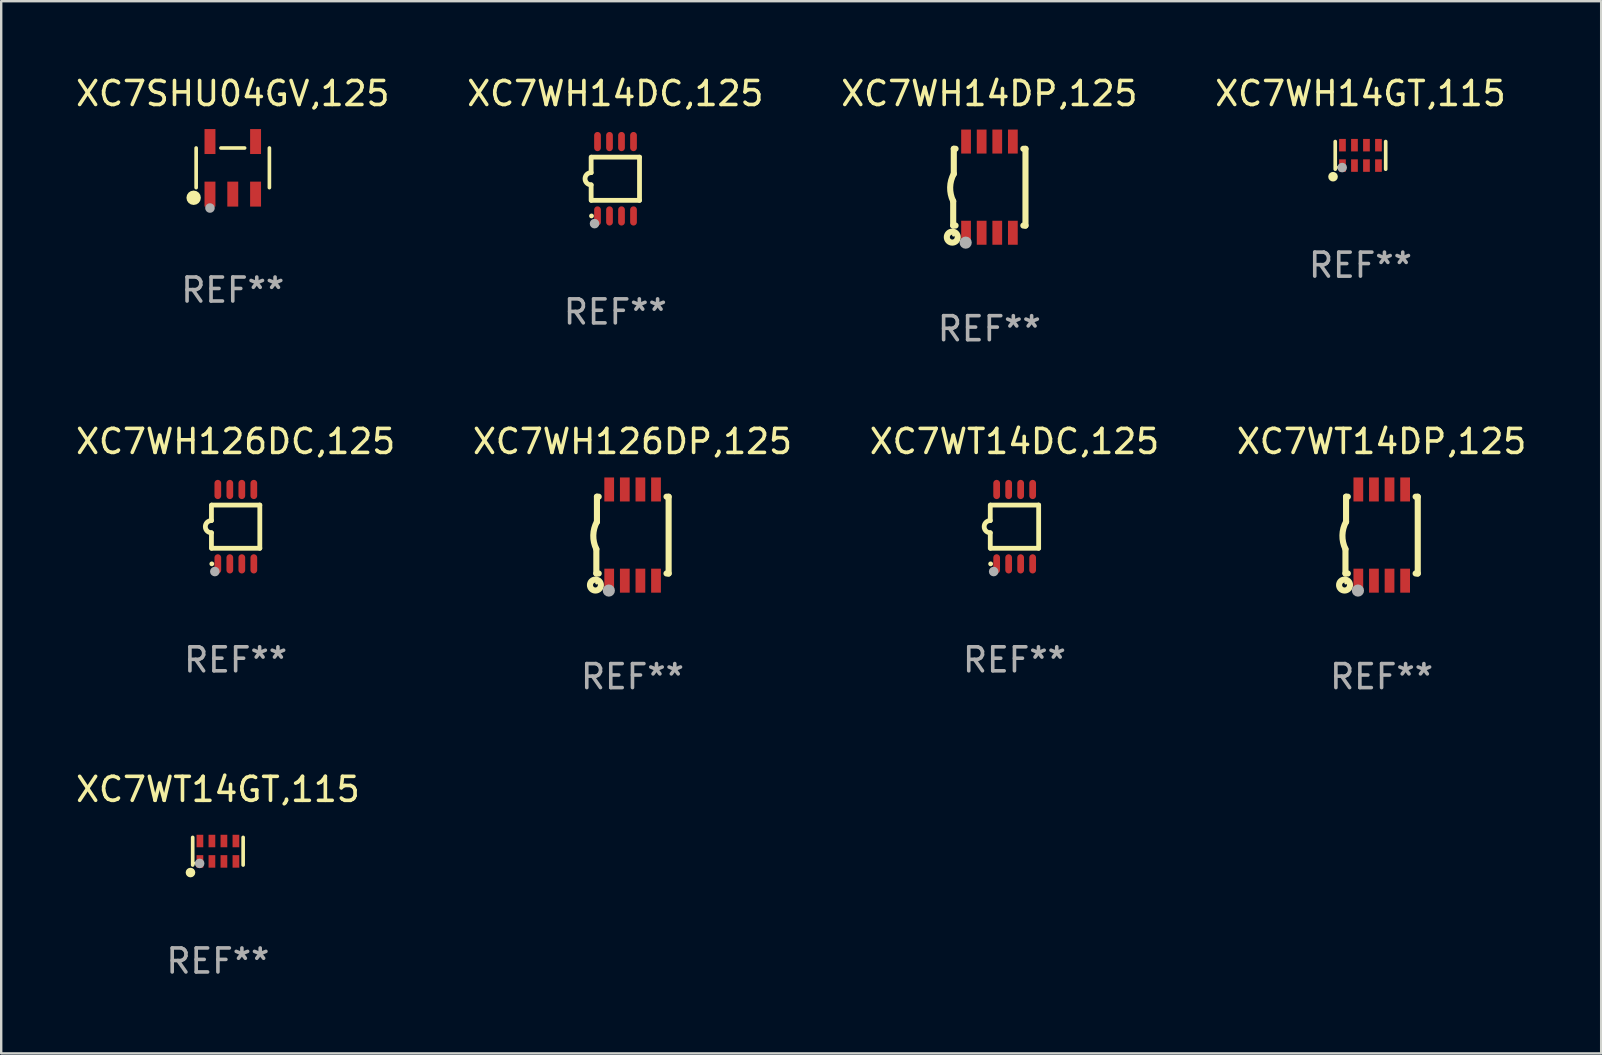
<source format=kicad_pcb>
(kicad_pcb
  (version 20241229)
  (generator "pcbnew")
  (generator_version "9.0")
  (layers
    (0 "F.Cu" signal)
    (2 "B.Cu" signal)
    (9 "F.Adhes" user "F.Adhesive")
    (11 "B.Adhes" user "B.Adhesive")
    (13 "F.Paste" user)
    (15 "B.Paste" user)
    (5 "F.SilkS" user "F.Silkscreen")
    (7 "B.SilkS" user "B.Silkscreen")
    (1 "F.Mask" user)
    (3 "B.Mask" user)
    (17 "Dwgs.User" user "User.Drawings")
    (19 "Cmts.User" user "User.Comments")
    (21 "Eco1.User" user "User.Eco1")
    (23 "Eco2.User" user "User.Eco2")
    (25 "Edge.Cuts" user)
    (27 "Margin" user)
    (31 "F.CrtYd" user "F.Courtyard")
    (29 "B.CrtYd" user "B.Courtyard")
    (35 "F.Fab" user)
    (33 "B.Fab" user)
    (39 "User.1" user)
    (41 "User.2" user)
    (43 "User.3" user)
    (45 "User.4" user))
  (footprint "XC7WT14DP,125"
    (layer "F.Cu")
    (at 54.518 19.245)
    (property "Reference" "XC7WT14DP,125" (at 0 -3.9 0) (layer "F.SilkS") (effects (font (size 1 1) (thickness 0.15))))
    (attr through_hole)
    (fp_line (start -1.506 1.6) (end -1.506 0.584) (stroke (width 0.254) (type solid)) (layer "F.SilkS"))
    (fp_line (start -1.506 1.6) (end -1.407 1.6) (stroke (width 0.254) (type solid)) (layer "F.SilkS"))
    (fp_line (start -1.481 -1.599) (end -1.481 -0.549) (stroke (width 0.254) (type solid)) (layer "F.SilkS"))
    (fp_line (start -1.481 -1.599) (end -1.407 -1.599) (stroke (width 0.254) (type solid)) (layer "F.SilkS"))
    (fp_line (start 1.417 -1.599) (end 1.506 -1.599) (stroke (width 0.254) (type solid)) (layer "F.SilkS"))
    (fp_line (start 1.417 1.6) (end 1.506 1.6) (stroke (width 0.254) (type solid)) (layer "F.SilkS"))
    (fp_line (start 1.506 1.603) (end 1.506 -1.595) (stroke (width 0.254) (type solid)) (layer "F.SilkS"))
    (fp_arc (start -1.506223 0.584328) (mid -1.632455 0.00974) (end -1.480823 -0.558674) (stroke (width 0.254001) (type solid)) (layer "F.SilkS"))
    (fp_circle (center -1.544 2.083) (end -1.443 2.083) (stroke (width 0.254) (type solid)) (fill no) (layer "F.SilkS"))
    (fp_circle (center -1.495 2) (end -1.465 2) (stroke (width 0.06) (type solid)) (fill no) (layer "F.SilkS"))
    (fp_circle (center -0.986 2.312) (end -0.859 2.312) (stroke (width 0.254) (type solid)) (fill no) (layer "F.Fab"))
    (fp_text user "REF**" (at 0 5.9 0) (layer "F.Fab") (effects (font (size 1 1) (thickness 0.15))))
    (pad "1" smd rect (at -0.97 1.9 90) (size 1 0.406) (layers "F.Cu" "F.Mask" "F.Paste"))
    (pad "2" smd rect (at -0.32 1.9 90) (size 1 0.406) (layers "F.Cu" "F.Mask" "F.Paste"))
    (pad "3" smd rect (at 0.33 1.9 90) (size 1 0.406) (layers "F.Cu" "F.Mask" "F.Paste"))
    (pad "4" smd rect (at 0.98 1.9 90) (size 1 0.406) (layers "F.Cu" "F.Mask" "F.Paste"))
    (pad "5" smd rect (at 0.98 -1.9 90) (size 1 0.406) (layers "F.Cu" "F.Mask" "F.Paste"))
    (pad "6" smd rect (at 0.33 -1.9 90) (size 1 0.406) (layers "F.Cu" "F.Mask" "F.Paste"))
    (pad "7" smd rect (at -0.32 -1.9 90) (size 1 0.406) (layers "F.Cu" "F.Mask" "F.Paste"))
    (pad "8" smd rect (at -0.97 -1.9 90) (size 1 0.406) (layers "F.Cu" "F.Mask" "F.Paste")))
  (footprint "XC7WT14GT,115"
    (layer "F.Cu")
    (at 6.03 32.418)
    (property "Reference" "XC7WT14GT,115" (at 0 -2.576 0) (layer "F.SilkS") (effects (font (size 1 1) (thickness 0.15))))
    (attr through_hole)
    (fp_line (start -1.051 0.576) (end -1.051 -0.576) (stroke (width 0.152) (type solid)) (layer "F.SilkS"))
    (fp_line (start 1.051 -0.576) (end 1.051 0.576) (stroke (width 0.152) (type solid)) (layer "F.SilkS"))
    (fp_circle (center -1.143 0.889) (end -1.043 0.889) (stroke (width 0.2) (type solid)) (fill no) (layer "F.SilkS"))
    (fp_circle (center -0.975 0.5) (end -0.945 0.5) (stroke (width 0.06) (type solid)) (fill no) (layer "F.SilkS"))
    (fp_circle (center -0.762 0.508) (end -0.662 0.508) (stroke (width 0.2) (type solid)) (fill no) (layer "F.Fab"))
    (fp_text user "REF**" (at 0 4.576 0) (layer "F.Fab") (effects (font (size 1 1) (thickness 0.15))))
    (pad "1" smd rect (at -0.75 0.425) (size 0.28 0.521) (layers "F.Cu" "F.Mask" "F.Paste"))
    (pad "2" smd rect (at -0.25 0.425) (size 0.28 0.521) (layers "F.Cu" "F.Mask" "F.Paste"))
    (pad "3" smd rect (at 0.25 0.425) (size 0.28 0.521) (layers "F.Cu" "F.Mask" "F.Paste"))
    (pad "4" smd rect (at 0.75 0.425) (size 0.28 0.521) (layers "F.Cu" "F.Mask" "F.Paste"))
    (pad "5" smd rect (at 0.75 -0.425) (size 0.28 0.521) (layers "F.Cu" "F.Mask" "F.Paste"))
    (pad "6" smd rect (at 0.25 -0.425) (size 0.28 0.521) (layers "F.Cu" "F.Mask" "F.Paste"))
    (pad "7" smd rect (at -0.25 -0.425) (size 0.28 0.521) (layers "F.Cu" "F.Mask" "F.Paste"))
    (pad "8" smd rect (at -0.75 -0.425) (size 0.28 0.521) (layers "F.Cu" "F.Mask" "F.Paste")))
  (footprint "XC7WH126DC,125"
    (layer "F.Cu")
    (at 6.768 18.895)
    (property "Reference" "XC7WH126DC,125" (at 0 -3.55 0) (layer "F.SilkS") (effects (font (size 1 1) (thickness 0.15))))
    (attr through_hole)
    (fp_line (start -1.008 -0.254) (end -1.008 -0.9) (stroke (width 0.2) (type solid)) (layer "F.SilkS"))
    (fp_line (start -1.008 0.254) (end -1.008 0.9) (stroke (width 0.2) (type solid)) (layer "F.SilkS"))
    (fp_line (start -0.992 0.9) (end 1.008 0.9) (stroke (width 0.2) (type solid)) (layer "F.SilkS"))
    (fp_line (start 1.008 -0.9) (end -0.992 -0.9) (stroke (width 0.2) (type solid)) (layer "F.SilkS"))
    (fp_line (start 1.008 0.9) (end 1.008 -0.9) (stroke (width 0.2) (type solid)) (layer "F.SilkS"))
    (fp_arc (start -1.008001 0.254001) (mid -1.262002 0) (end -1.008001 -0.254001) (stroke (width 0.2) (type solid)) (layer "F.SilkS"))
    (fp_circle (center -0.992 1.55) (end -0.942 1.55) (stroke (width 0.1) (type solid)) (fill no) (layer "F.SilkS"))
    (fp_circle (center -0.866 1.87) (end -0.766 1.87) (stroke (width 0.2) (type solid)) (fill no) (layer "F.Fab"))
    (fp_text user "REF**" (at 0 5.55 0) (layer "F.Fab") (effects (font (size 1 1) (thickness 0.15))))
    (pad "1" smd oval (at -0.742 1.55 270) (size 0.8 0.28) (layers "F.Cu" "F.Mask" "F.Paste"))
    (pad "2" smd oval (at -0.242 1.55 270) (size 0.8 0.28) (layers "F.Cu" "F.Mask" "F.Paste"))
    (pad "3" smd oval (at 0.258 1.55 270) (size 0.8 0.28) (layers "F.Cu" "F.Mask" "F.Paste"))
    (pad "4" smd oval (at 0.758 1.55 270) (size 0.8 0.28) (layers "F.Cu" "F.Mask" "F.Paste"))
    (pad "5" smd oval (at 0.758 -1.55 270) (size 0.8 0.28) (layers "F.Cu" "F.Mask" "F.Paste"))
    (pad "6" smd oval (at 0.258 -1.55 270) (size 0.8 0.28) (layers "F.Cu" "F.Mask" "F.Paste"))
    (pad "7" smd oval (at -0.242 -1.55 270) (size 0.8 0.28) (layers "F.Cu" "F.Mask" "F.Paste"))
    (pad "8" smd oval (at -0.742 -1.55 270) (size 0.8 0.28) (layers "F.Cu" "F.Mask" "F.Paste")))
  (footprint "XC7WH14DC,125"
    (layer "F.Cu")
    (at 22.589 4.398)
    (property "Reference" "XC7WH14DC,125" (at 0 -3.55 0) (layer "F.SilkS") (effects (font (size 1 1) (thickness 0.15))))
    (attr through_hole)
    (fp_line (start -1.008 -0.254) (end -1.008 -0.9) (stroke (width 0.2) (type solid)) (layer "F.SilkS"))
    (fp_line (start -1.008 0.254) (end -1.008 0.9) (stroke (width 0.2) (type solid)) (layer "F.SilkS"))
    (fp_line (start -0.992 0.9) (end 1.008 0.9) (stroke (width 0.2) (type solid)) (layer "F.SilkS"))
    (fp_line (start 1.008 -0.9) (end -0.992 -0.9) (stroke (width 0.2) (type solid)) (layer "F.SilkS"))
    (fp_line (start 1.008 0.9) (end 1.008 -0.9) (stroke (width 0.2) (type solid)) (layer "F.SilkS"))
    (fp_arc (start -1.008001 0.254001) (mid -1.262002 0) (end -1.008001 -0.254001) (stroke (width 0.2) (type solid)) (layer "F.SilkS"))
    (fp_circle (center -0.992 1.55) (end -0.942 1.55) (stroke (width 0.1) (type solid)) (fill no) (layer "F.SilkS"))
    (fp_circle (center -0.866 1.87) (end -0.766 1.87) (stroke (width 0.2) (type solid)) (fill no) (layer "F.Fab"))
    (fp_text user "REF**" (at 0 5.55 0) (layer "F.Fab") (effects (font (size 1 1) (thickness 0.15))))
    (pad "1" smd oval (at -0.742 1.55 270) (size 0.8 0.28) (layers "F.Cu" "F.Mask" "F.Paste"))
    (pad "2" smd oval (at -0.242 1.55 270) (size 0.8 0.28) (layers "F.Cu" "F.Mask" "F.Paste"))
    (pad "3" smd oval (at 0.258 1.55 270) (size 0.8 0.28) (layers "F.Cu" "F.Mask" "F.Paste"))
    (pad "4" smd oval (at 0.758 1.55 270) (size 0.8 0.28) (layers "F.Cu" "F.Mask" "F.Paste"))
    (pad "5" smd oval (at 0.758 -1.55 270) (size 0.8 0.28) (layers "F.Cu" "F.Mask" "F.Paste"))
    (pad "6" smd oval (at 0.258 -1.55 270) (size 0.8 0.28) (layers "F.Cu" "F.Mask" "F.Paste"))
    (pad "7" smd oval (at -0.242 -1.55 270) (size 0.8 0.28) (layers "F.Cu" "F.Mask" "F.Paste"))
    (pad "8" smd oval (at -0.742 -1.55 270) (size 0.8 0.28) (layers "F.Cu" "F.Mask" "F.Paste")))
  (footprint "XC7WH126DP,125"
    (layer "F.Cu")
    (at 23.304 19.245)
    (property "Reference" "XC7WH126DP,125" (at 0 -3.9 0) (layer "F.SilkS") (effects (font (size 1 1) (thickness 0.15))))
    (attr through_hole)
    (fp_line (start -1.506 1.6) (end -1.506 0.584) (stroke (width 0.254) (type solid)) (layer "F.SilkS"))
    (fp_line (start -1.506 1.6) (end -1.407 1.6) (stroke (width 0.254) (type solid)) (layer "F.SilkS"))
    (fp_line (start -1.481 -1.599) (end -1.481 -0.549) (stroke (width 0.254) (type solid)) (layer "F.SilkS"))
    (fp_line (start -1.481 -1.599) (end -1.407 -1.599) (stroke (width 0.254) (type solid)) (layer "F.SilkS"))
    (fp_line (start 1.417 -1.599) (end 1.506 -1.599) (stroke (width 0.254) (type solid)) (layer "F.SilkS"))
    (fp_line (start 1.417 1.6) (end 1.506 1.6) (stroke (width 0.254) (type solid)) (layer "F.SilkS"))
    (fp_line (start 1.506 1.603) (end 1.506 -1.595) (stroke (width 0.254) (type solid)) (layer "F.SilkS"))
    (fp_arc (start -1.506223 0.584328) (mid -1.632455 0.00974) (end -1.480823 -0.558674) (stroke (width 0.254001) (type solid)) (layer "F.SilkS"))
    (fp_circle (center -1.544 2.083) (end -1.443 2.083) (stroke (width 0.254) (type solid)) (fill no) (layer "F.SilkS"))
    (fp_circle (center -1.495 2) (end -1.465 2) (stroke (width 0.06) (type solid)) (fill no) (layer "F.SilkS"))
    (fp_circle (center -0.986 2.312) (end -0.859 2.312) (stroke (width 0.254) (type solid)) (fill no) (layer "F.Fab"))
    (fp_text user "REF**" (at 0 5.9 0) (layer "F.Fab") (effects (font (size 1 1) (thickness 0.15))))
    (pad "1" smd rect (at -0.97 1.9 90) (size 1 0.406) (layers "F.Cu" "F.Mask" "F.Paste"))
    (pad "2" smd rect (at -0.32 1.9 90) (size 1 0.406) (layers "F.Cu" "F.Mask" "F.Paste"))
    (pad "3" smd rect (at 0.33 1.9 90) (size 1 0.406) (layers "F.Cu" "F.Mask" "F.Paste"))
    (pad "4" smd rect (at 0.98 1.9 90) (size 1 0.406) (layers "F.Cu" "F.Mask" "F.Paste"))
    (pad "5" smd rect (at 0.98 -1.9 90) (size 1 0.406) (layers "F.Cu" "F.Mask" "F.Paste"))
    (pad "6" smd rect (at 0.33 -1.9 90) (size 1 0.406) (layers "F.Cu" "F.Mask" "F.Paste"))
    (pad "7" smd rect (at -0.32 -1.9 90) (size 1 0.406) (layers "F.Cu" "F.Mask" "F.Paste"))
    (pad "8" smd rect (at -0.97 -1.9 90) (size 1 0.406) (layers "F.Cu" "F.Mask" "F.Paste")))
  (footprint "XC7WH14GT,115"
    (layer "F.Cu")
    (at 53.637 3.424)
    (property "Reference" "XC7WH14GT,115" (at 0 -2.576 0) (layer "F.SilkS") (effects (font (size 1 1) (thickness 0.15))))
    (attr through_hole)
    (fp_line (start -1.051 0.576) (end -1.051 -0.576) (stroke (width 0.152) (type solid)) (layer "F.SilkS"))
    (fp_line (start 1.051 -0.576) (end 1.051 0.576) (stroke (width 0.152) (type solid)) (layer "F.SilkS"))
    (fp_circle (center -1.143 0.889) (end -1.043 0.889) (stroke (width 0.2) (type solid)) (fill no) (layer "F.SilkS"))
    (fp_circle (center -0.975 0.5) (end -0.945 0.5) (stroke (width 0.06) (type solid)) (fill no) (layer "F.SilkS"))
    (fp_circle (center -0.762 0.508) (end -0.662 0.508) (stroke (width 0.2) (type solid)) (fill no) (layer "F.Fab"))
    (fp_text user "REF**" (at 0 4.576 0) (layer "F.Fab") (effects (font (size 1 1) (thickness 0.15))))
    (pad "1" smd rect (at -0.75 0.425) (size 0.28 0.521) (layers "F.Cu" "F.Mask" "F.Paste"))
    (pad "2" smd rect (at -0.25 0.425) (size 0.28 0.521) (layers "F.Cu" "F.Mask" "F.Paste"))
    (pad "3" smd rect (at 0.25 0.425) (size 0.28 0.521) (layers "F.Cu" "F.Mask" "F.Paste"))
    (pad "4" smd rect (at 0.75 0.425) (size 0.28 0.521) (layers "F.Cu" "F.Mask" "F.Paste"))
    (pad "5" smd rect (at 0.75 -0.425) (size 0.28 0.521) (layers "F.Cu" "F.Mask" "F.Paste"))
    (pad "6" smd rect (at 0.25 -0.425) (size 0.28 0.521) (layers "F.Cu" "F.Mask" "F.Paste"))
    (pad "7" smd rect (at -0.25 -0.425) (size 0.28 0.521) (layers "F.Cu" "F.Mask" "F.Paste"))
    (pad "8" smd rect (at -0.75 -0.425) (size 0.28 0.521) (layers "F.Cu" "F.Mask" "F.Paste")))
  (footprint "XC7WH14DP,125"
    (layer "F.Cu")
    (at 38.173 4.748)
    (property "Reference" "XC7WH14DP,125" (at 0 -3.9 0) (layer "F.SilkS") (effects (font (size 1 1) (thickness 0.15))))
    (attr through_hole)
    (fp_line (start -1.506 1.6) (end -1.506 0.584) (stroke (width 0.254) (type solid)) (layer "F.SilkS"))
    (fp_line (start -1.506 1.6) (end -1.407 1.6) (stroke (width 0.254) (type solid)) (layer "F.SilkS"))
    (fp_line (start -1.481 -1.599) (end -1.481 -0.549) (stroke (width 0.254) (type solid)) (layer "F.SilkS"))
    (fp_line (start -1.481 -1.599) (end -1.407 -1.599) (stroke (width 0.254) (type solid)) (layer "F.SilkS"))
    (fp_line (start 1.417 -1.599) (end 1.506 -1.599) (stroke (width 0.254) (type solid)) (layer "F.SilkS"))
    (fp_line (start 1.417 1.6) (end 1.506 1.6) (stroke (width 0.254) (type solid)) (layer "F.SilkS"))
    (fp_line (start 1.506 1.603) (end 1.506 -1.595) (stroke (width 0.254) (type solid)) (layer "F.SilkS"))
    (fp_arc (start -1.506223 0.584328) (mid -1.632455 0.00974) (end -1.480823 -0.558674) (stroke (width 0.254001) (type solid)) (layer "F.SilkS"))
    (fp_circle (center -1.544 2.083) (end -1.443 2.083) (stroke (width 0.254) (type solid)) (fill no) (layer "F.SilkS"))
    (fp_circle (center -1.495 2) (end -1.465 2) (stroke (width 0.06) (type solid)) (fill no) (layer "F.SilkS"))
    (fp_circle (center -0.986 2.312) (end -0.859 2.312) (stroke (width 0.254) (type solid)) (fill no) (layer "F.Fab"))
    (fp_text user "REF**" (at 0 5.9 0) (layer "F.Fab") (effects (font (size 1 1) (thickness 0.15))))
    (pad "1" smd rect (at -0.97 1.9 90) (size 1 0.406) (layers "F.Cu" "F.Mask" "F.Paste"))
    (pad "2" smd rect (at -0.32 1.9 90) (size 1 0.406) (layers "F.Cu" "F.Mask" "F.Paste"))
    (pad "3" smd rect (at 0.33 1.9 90) (size 1 0.406) (layers "F.Cu" "F.Mask" "F.Paste"))
    (pad "4" smd rect (at 0.98 1.9 90) (size 1 0.406) (layers "F.Cu" "F.Mask" "F.Paste"))
    (pad "5" smd rect (at 0.98 -1.9 90) (size 1 0.406) (layers "F.Cu" "F.Mask" "F.Paste"))
    (pad "6" smd rect (at 0.33 -1.9 90) (size 1 0.406) (layers "F.Cu" "F.Mask" "F.Paste"))
    (pad "7" smd rect (at -0.32 -1.9 90) (size 1 0.406) (layers "F.Cu" "F.Mask" "F.Paste"))
    (pad "8" smd rect (at -0.97 -1.9 90) (size 1 0.406) (layers "F.Cu" "F.Mask" "F.Paste")))
  (footprint "XC7WT14DC,125"
    (layer "F.Cu")
    (at 39.22 18.895)
    (property "Reference" "XC7WT14DC,125" (at 0 -3.55 0) (layer "F.SilkS") (effects (font (size 1 1) (thickness 0.15))))
    (attr through_hole)
    (fp_line (start -1.008 -0.254) (end -1.008 -0.9) (stroke (width 0.2) (type solid)) (layer "F.SilkS"))
    (fp_line (start -1.008 0.254) (end -1.008 0.9) (stroke (width 0.2) (type solid)) (layer "F.SilkS"))
    (fp_line (start -0.992 0.9) (end 1.008 0.9) (stroke (width 0.2) (type solid)) (layer "F.SilkS"))
    (fp_line (start 1.008 -0.9) (end -0.992 -0.9) (stroke (width 0.2) (type solid)) (layer "F.SilkS"))
    (fp_line (start 1.008 0.9) (end 1.008 -0.9) (stroke (width 0.2) (type solid)) (layer "F.SilkS"))
    (fp_arc (start -1.008001 0.254001) (mid -1.262002 0) (end -1.008001 -0.254001) (stroke (width 0.2) (type solid)) (layer "F.SilkS"))
    (fp_circle (center -0.992 1.55) (end -0.942 1.55) (stroke (width 0.1) (type solid)) (fill no) (layer "F.SilkS"))
    (fp_circle (center -0.866 1.87) (end -0.766 1.87) (stroke (width 0.2) (type solid)) (fill no) (layer "F.Fab"))
    (fp_text user "REF**" (at 0 5.55 0) (layer "F.Fab") (effects (font (size 1 1) (thickness 0.15))))
    (pad "1" smd oval (at -0.742 1.55 270) (size 0.8 0.28) (layers "F.Cu" "F.Mask" "F.Paste"))
    (pad "2" smd oval (at -0.242 1.55 270) (size 0.8 0.28) (layers "F.Cu" "F.Mask" "F.Paste"))
    (pad "3" smd oval (at 0.258 1.55 270) (size 0.8 0.28) (layers "F.Cu" "F.Mask" "F.Paste"))
    (pad "4" smd oval (at 0.758 1.55 270) (size 0.8 0.28) (layers "F.Cu" "F.Mask" "F.Paste"))
    (pad "5" smd oval (at 0.758 -1.55 270) (size 0.8 0.28) (layers "F.Cu" "F.Mask" "F.Paste"))
    (pad "6" smd oval (at 0.258 -1.55 270) (size 0.8 0.28) (layers "F.Cu" "F.Mask" "F.Paste"))
    (pad "7" smd oval (at -0.242 -1.55 270) (size 0.8 0.28) (layers "F.Cu" "F.Mask" "F.Paste"))
    (pad "8" smd oval (at -0.742 -1.55 270) (size 0.8 0.28) (layers "F.Cu" "F.Mask" "F.Paste")))
  (footprint "XC7SHU04GV,125"
    (layer "F.Cu")
    (at 6.649 3.943)
    (property "Reference" "XC7SHU04GV,125" (at 0 -3.095 0) (layer "F.SilkS") (effects (font (size 1 1) (thickness 0.15))))
    (attr through_hole)
    (fp_line (start -1.526 0.826) (end -1.526 -0.826) (stroke (width 0.152) (type solid)) (layer "F.SilkS"))
    (fp_line (start 0.494 -0.826) (end -0.494 -0.826) (stroke (width 0.152) (type solid)) (layer "F.SilkS"))
    (fp_line (start 1.526 0.826) (end 1.526 -0.826) (stroke (width 0.152) (type solid)) (layer "F.SilkS"))
    (fp_circle (center -1.63 1.247) (end -1.48 1.247) (stroke (width 0.3) (type solid)) (fill no) (layer "F.SilkS"))
    (fp_circle (center -1.45 1.375) (end -1.42 1.375) (stroke (width 0.06) (type solid)) (fill no) (layer "F.SilkS"))
    (fp_circle (center -0.95 1.675) (end -0.85 1.675) (stroke (width 0.2) (type solid)) (fill no) (layer "F.Fab"))
    (fp_text user "REF**" (at 0 5.095 0) (layer "F.Fab") (effects (font (size 1 1) (thickness 0.15))))
    (pad "1" smd rect (at -0.95 1.095) (size 0.455 1.04) (layers "F.Cu" "F.Mask" "F.Paste"))
    (pad "2" smd rect (at 0 1.095) (size 0.455 1.04) (layers "F.Cu" "F.Mask" "F.Paste"))
    (pad "3" smd rect (at 0.95 1.095) (size 0.455 1.04) (layers "F.Cu" "F.Mask" "F.Paste"))
    (pad "4" smd rect (at 0.95 -1.095) (size 0.455 1.04) (layers "F.Cu" "F.Mask" "F.Paste"))
    (pad "5" smd rect (at -0.95 -1.095) (size 0.455 1.04) (layers "F.Cu" "F.Mask" "F.Paste")))
  (gr_rect
    (start -3 -3)
    (end 63.667 40.842)
    (stroke (width 0.1) (type default))
    (fill no)
    (layer "Edge.Cuts")))
</source>
